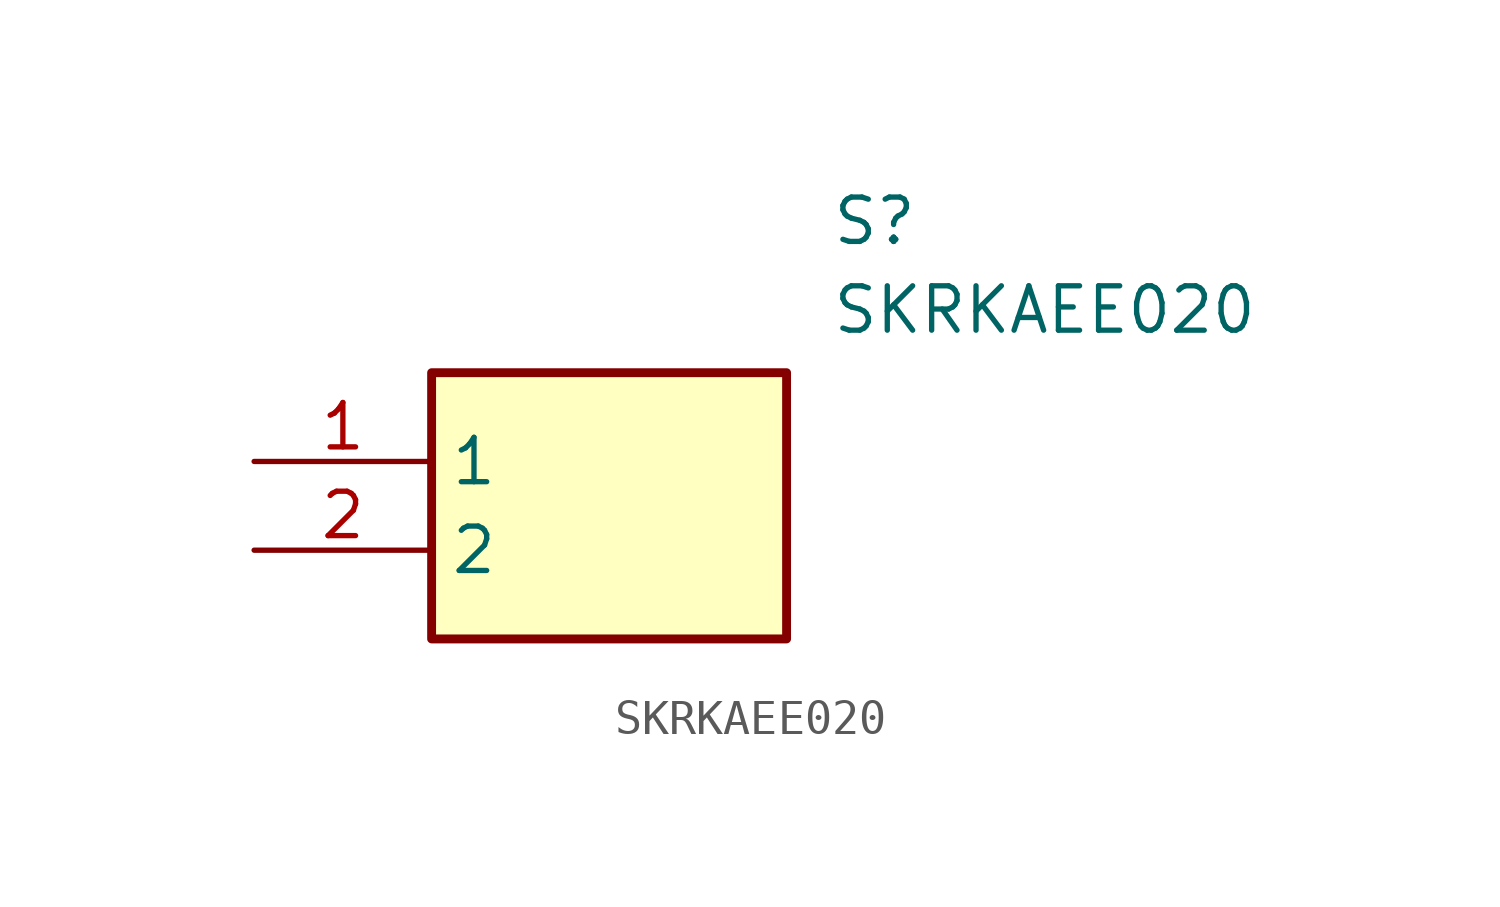
<source format=kicad_sym>
(kicad_symbol_lib
  (version 20211014)
  (generator SamacSys_ECAD_Model)
  (symbol "SKRKAEE020"
    (property "Reference" "S"
      (at 16.51 7.62 0)
      (effects (font (size 1.27 1.27)) (justify left top)))
    (property "Value" "SKRKAEE020"
      (at 16.51 5.08 0)
      (effects (font (size 1.27 1.27)) (justify left top)))
    (rectangle
      (start 5.08 2.54)
      (end 15.24 -5.08)
      (stroke (width 0.254) (type default))
      (fill (type background)))
    (pin passive line
      (at 0 0 0)
      (length 5.08)
      (name "1" (effects (font (size 1.27 1.27))))
      (number "1" (effects (font (size 1.27 1.27)))))
    (pin passive line
      (at 0 -2.54 0)
      (length 5.08)
      (name "2" (effects (font (size 1.27 1.27))))
      (number "2" (effects (font (size 1.27 1.27)))))))
</source>
